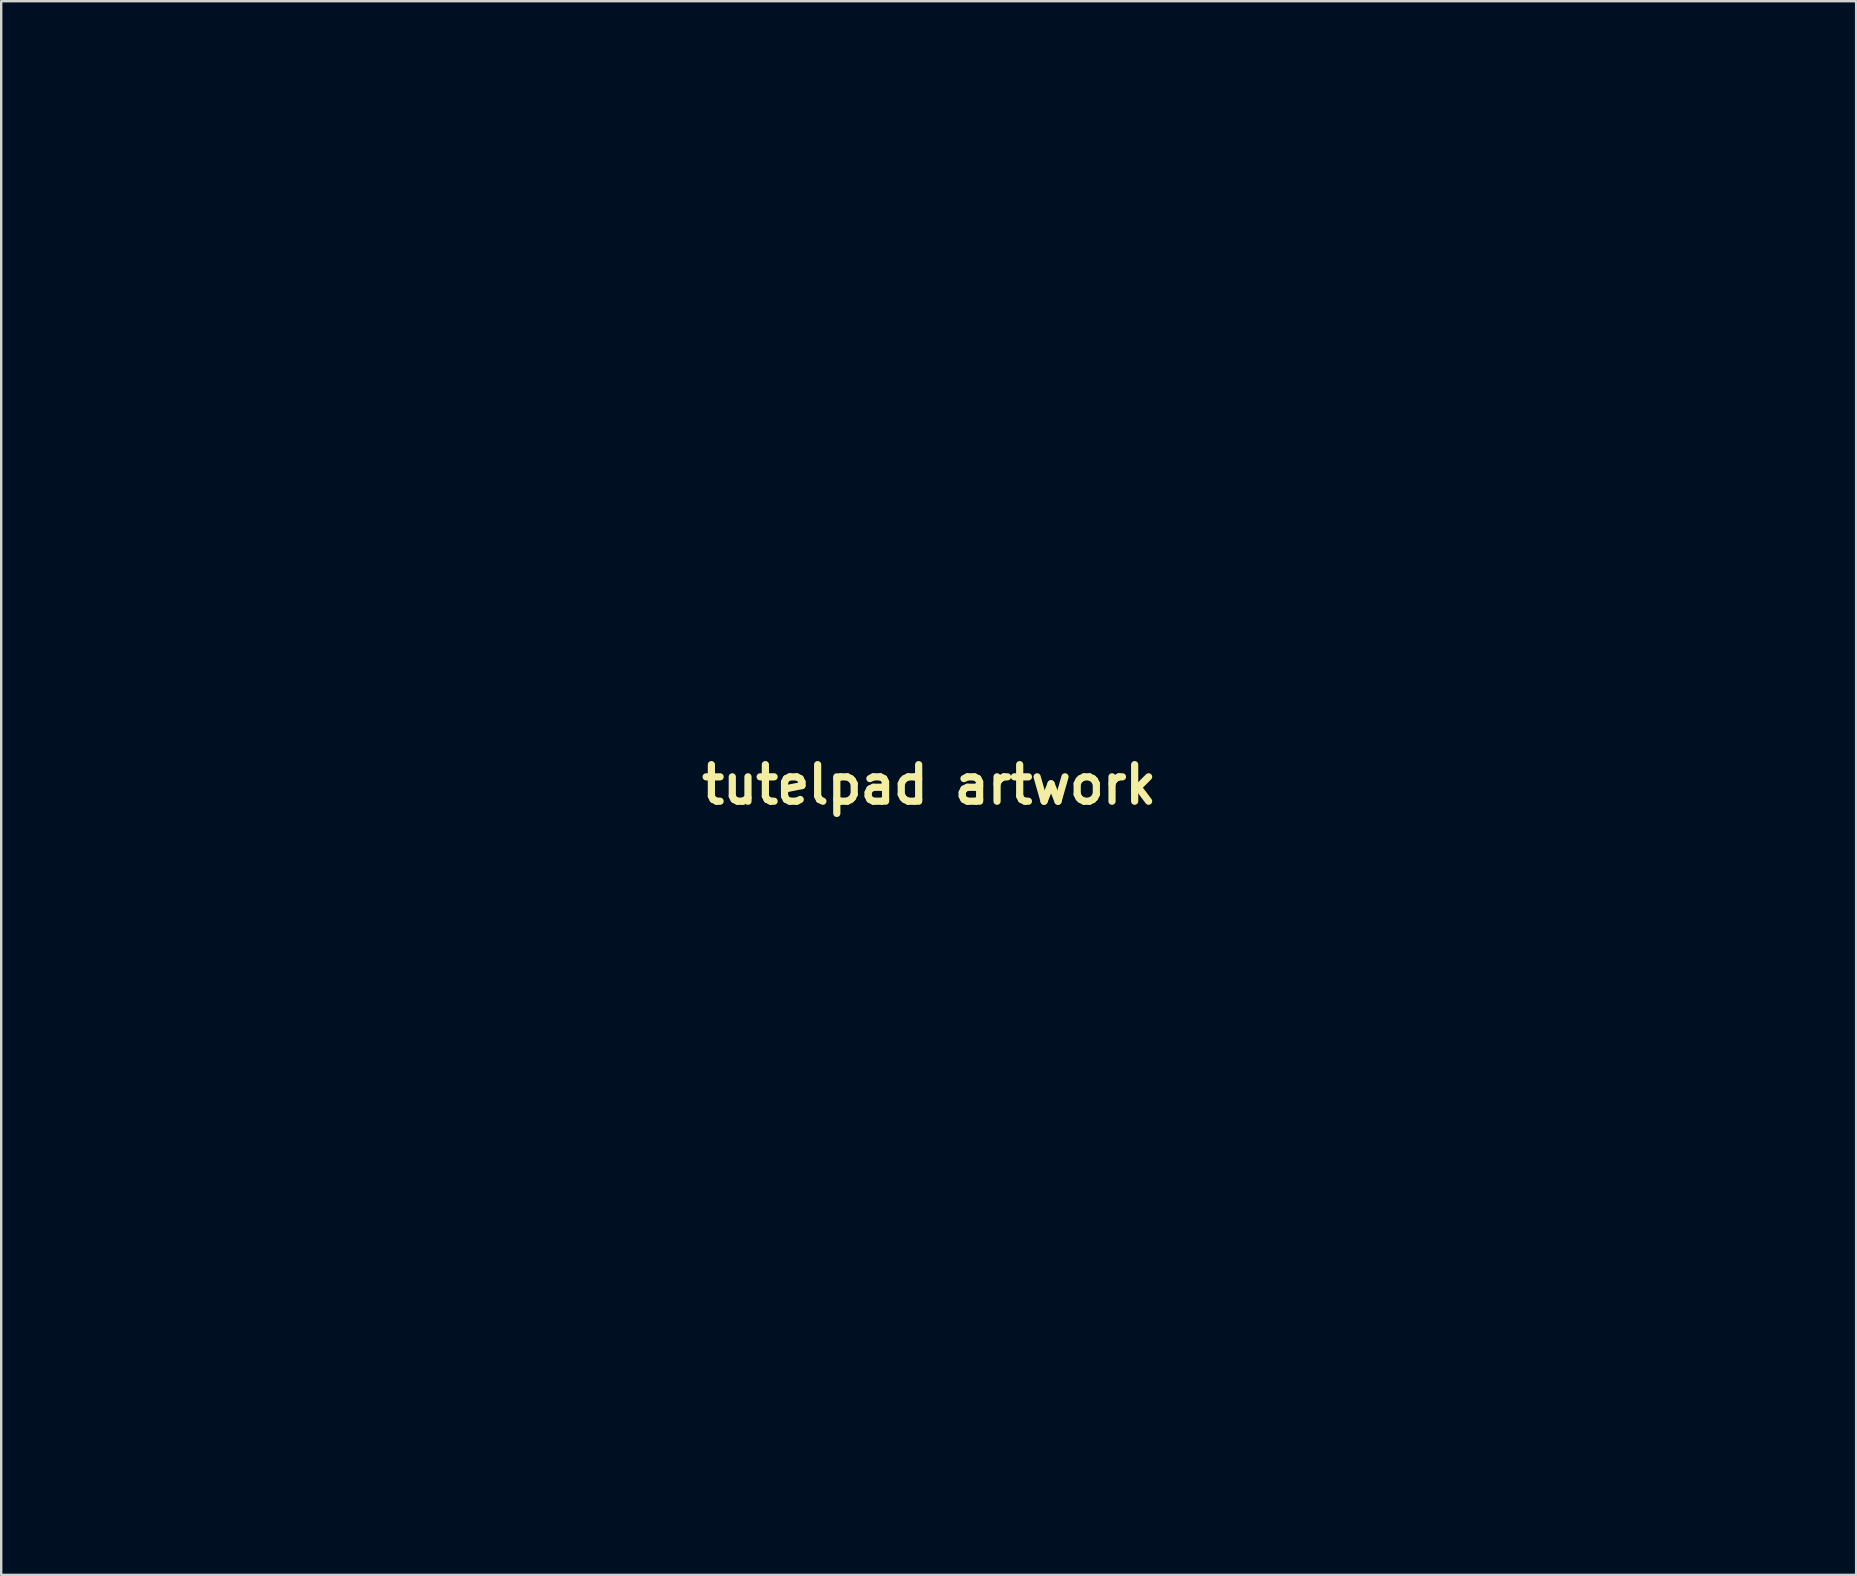
<source format=kicad_pcb>
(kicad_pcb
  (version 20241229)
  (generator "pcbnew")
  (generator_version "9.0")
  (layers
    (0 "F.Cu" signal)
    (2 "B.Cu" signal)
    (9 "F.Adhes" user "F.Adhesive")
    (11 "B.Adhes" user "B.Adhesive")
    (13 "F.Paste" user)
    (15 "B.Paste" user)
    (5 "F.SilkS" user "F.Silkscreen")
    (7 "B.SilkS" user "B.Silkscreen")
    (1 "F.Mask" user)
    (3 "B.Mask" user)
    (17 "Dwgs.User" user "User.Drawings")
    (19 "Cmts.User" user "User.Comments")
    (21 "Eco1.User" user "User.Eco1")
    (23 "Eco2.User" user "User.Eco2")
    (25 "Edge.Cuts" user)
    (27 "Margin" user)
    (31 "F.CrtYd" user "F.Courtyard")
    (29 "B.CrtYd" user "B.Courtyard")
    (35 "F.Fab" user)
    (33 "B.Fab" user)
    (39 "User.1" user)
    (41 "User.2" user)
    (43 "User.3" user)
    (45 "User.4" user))
  (footprint "tutelpad artwork"
    (layer "F.Cu")
    (at 35.66 29.642)
    (property "Reference" "tutelpad artwork" (at 0 0 0) (layer "F.SilkS") (effects (font (size 1.524 1.524) (thickness 0.3))))
    (attr board_only exclude_from_pos_files exclude_from_bom)
    (fp_poly (pts (xy -32.701 -12.938) (xy -32.596 -12.838) (xy -32.412 -12.507) (xy -32.417 -12.279) (xy -32.654 -12.048) (xy -32.995 -12.032) (xy -33.27 -12.227) (xy -33.304 -12.296) (xy -33.282 -12.651) (xy -33.148 -12.855) (xy -32.913 -13.029)) (stroke (width 0) (type solid)) (fill yes) (layer "F.Mask"))
    (fp_poly (pts (xy -29.744 -15.2) (xy -29.639 -15.099) (xy -29.455 -14.768) (xy -29.459 -14.54) (xy -29.697 -14.309) (xy -30.037 -14.293) (xy -30.312 -14.489) (xy -30.346 -14.558) (xy -30.325 -14.912) (xy -30.191 -15.117) (xy -29.956 -15.291)) (stroke (width 0) (type solid)) (fill yes) (layer "F.Mask"))
    (fp_poly (pts (xy -27.858 -13.126) (xy -27.679 -12.752) (xy -27.614 -12.53) (xy -27.536 -11.81) (xy -27.733 -11.166) (xy -28.101 -10.639) (xy -28.544 -10.223) (xy -29.107 -9.85) (xy -29.721 -9.543) (xy -30.317 -9.329) (xy -30.827 -9.231) (xy -31.183 -9.275) (xy -31.315 -9.482) (xy -31.198 -9.713) (xy -31.098 -9.743) (xy -30.4 -9.87) (xy -29.63 -10.201) (xy -28.935 -10.672) (xy -28.867 -10.731) (xy -28.467 -11.123) (xy -28.264 -11.457) (xy -28.191 -11.886) (xy -28.184 -12.3) (xy -28.138 -12.889) (xy -28.021 -13.168)) (stroke (width 0) (type solid)) (fill yes) (layer "F.Mask"))
    (fp_poly (pts (xy 4.697 -29.638) (xy 6.218 -29.606) (xy 7.457 -29.533) (xy 8.479 -29.41) (xy 9.349 -29.226) (xy 10.132 -28.973) (xy 10.721 -28.721) (xy 11.368 -28.379) (xy 11.733 -28.057) (xy 11.819 -27.699) (xy 11.63 -27.249) (xy 11.172 -26.652) (xy 10.894 -26.338) (xy 9.844 -25.363) (xy 8.653 -24.622) (xy 7.269 -24.09) (xy 5.637 -23.744) (xy 5.195 -23.685) (xy 4.36 -23.549) (xy 3.67 -23.333) (xy 2.951 -22.977) (xy 2.662 -22.81) (xy 1.962 -22.435) (xy 1.347 -22.183) (xy 0.929 -22.095) (xy 0.482 -22.008) (xy -0.123 -21.788) (xy -0.751 -21.494) (xy -1.27 -21.186) (xy -1.479 -21.014) (xy -1.409 -20.95) (xy -1.046 -20.911) (xy -0.376 -20.896) (xy 0.615 -20.905) (xy 1.877 -20.935) (xy 5.407 -21.038) (xy 5.561 -20.633) (xy 5.652 -20.446) (xy 5.801 -20.327) (xy 6.079 -20.262) (xy 6.557 -20.234) (xy 7.305 -20.228) (xy 7.388 -20.228) (xy 8.182 -20.22) (xy 8.712 -20.186) (xy 9.061 -20.11) (xy 9.314 -19.974) (xy 9.494 -19.822) (xy 9.779 -19.446) (xy 9.88 -19.089) (xy 9.878 -19.071) (xy 9.918 -18.85) (xy 10.148 -18.646) (xy 10.63 -18.41) (xy 10.873 -18.311) (xy 11.925 -17.884) (xy 12.691 -17.55) (xy 13.214 -17.286) (xy 13.535 -17.068) (xy 13.698 -16.871) (xy 13.743 -16.671) (xy 13.743 -16.668) (xy 13.865 -16.338) (xy 14.243 -15.853) (xy 14.891 -15.194) (xy 15.061 -15.033) (xy 15.652 -14.473) (xy 16.028 -14.083) (xy 16.23 -13.8) (xy 16.301 -13.557) (xy 16.283 -13.292) (xy 16.265 -13.19) (xy 16.224 -12.881) (xy 16.269 -12.637) (xy 16.452 -12.388) (xy 16.821 -12.059) (xy 17.296 -11.68) (xy 17.929 -11.148) (xy 18.299 -10.718) (xy 18.441 -10.31) (xy 18.388 -9.848) (xy 18.261 -9.466) (xy 18.185 -9.188) (xy 18.238 -8.954) (xy 18.47 -8.676) (xy 18.912 -8.281) (xy 19.515 -7.741) (xy 20.173 -7.118) (xy 20.552 -6.741) (xy 21.016 -6.316) (xy 21.433 -6.018) (xy 21.695 -5.915) (xy 22.02 -5.873) (xy 22.57 -5.762) (xy 23.233 -5.605) (xy 23.323 -5.582) (xy 24.117 -5.407) (xy 25.082 -5.237) (xy 26.043 -5.101) (xy 26.295 -5.073) (xy 27.455 -4.905) (xy 28.346 -4.668) (xy 28.82 -4.466) (xy 29.499 -4.196) (xy 30.293 -3.982) (xy 30.709 -3.911) (xy 31.507 -3.784) (xy 32.163 -3.587) (xy 32.763 -3.275) (xy 33.396 -2.798) (xy 34.149 -2.109) (xy 34.3 -1.964) (xy 34.999 -1.252) (xy 35.436 -0.706) (xy 35.623 -0.279) (xy 35.57 0.078) (xy 35.289 0.414) (xy 34.915 0.696) (xy 34.396 1.149) (xy 33.944 1.706) (xy 33.866 1.834) (xy 33.48 2.523) (xy 31.571 2.61) (xy 30.712 2.656) (xy 30.116 2.713) (xy 29.702 2.801) (xy 29.385 2.937) (xy 29.082 3.141) (xy 29.037 3.175) (xy 28.53 3.509) (xy 28.097 3.633) (xy 27.669 3.528) (xy 27.18 3.177) (xy 26.561 2.562) (xy 26.519 2.517) (xy 25.92 1.917) (xy 25.476 1.564) (xy 25.21 1.476) (xy 25.203 1.478) (xy 24.942 1.437) (xy 24.488 1.236) (xy 23.932 0.919) (xy 23.849 0.866) (xy 23.313 0.537) (xy 22.898 0.313) (xy 22.679 0.235) (xy 22.667 0.24) (xy 22.662 0.438) (xy 22.726 0.882) (xy 22.846 1.48) (xy 22.861 1.544) (xy 23.056 2.626) (xy 23.117 3.525) (xy 23.049 4.207) (xy 22.857 4.642) (xy 22.547 4.796) (xy 22.342 4.755) (xy 22.191 4.744) (xy 22.138 4.915) (xy 22.168 5.336) (xy 22.193 5.532) (xy 22.31 6.41) (xy 21.425 6.859) (xy 20.443 7.221) (xy 19.621 7.308) (xy 18.61 7.371) (xy 17.836 7.582) (xy 17.208 7.979) (xy 16.754 8.445) (xy 16.106 9.221) (xy 12.961 9.235) (xy 13.716 9.918) (xy 14.173 10.305) (xy 14.513 10.495) (xy 14.865 10.536) (xy 15.195 10.503) (xy 15.561 10.471) (xy 15.867 10.515) (xy 16.198 10.676) (xy 16.642 10.991) (xy 17.136 11.382) (xy 17.893 11.935) (xy 18.593 12.348) (xy 19.099 12.552) (xy 19.66 12.763) (xy 19.997 13.086) (xy 20.145 13.592) (xy 20.142 14.347) (xy 20.129 14.506) (xy 20.106 15.275) (xy 20.219 15.938) (xy 20.502 16.607) (xy 20.991 17.397) (xy 21.053 17.487) (xy 21.514 18.268) (xy 21.699 18.908) (xy 21.613 19.472) (xy 21.259 20.028) (xy 21.22 20.072) (xy 20.657 20.713) (xy 20.877 21.749) (xy 20.991 22.367) (xy 21.004 22.75) (xy 20.917 22.997) (xy 20.869 23.06) (xy 20.294 23.512) (xy 19.503 23.813) (xy 18.602 23.942) (xy 17.697 23.88) (xy 17.232 23.755) (xy 16.393 23.566) (xy 15.483 23.587) (xy 15.033 23.63) (xy 14.686 23.618) (xy 14.354 23.52) (xy 13.95 23.305) (xy 13.387 22.939) (xy 13.039 22.704) (xy 12.131 22.073) (xy 11.42 21.52) (xy 10.822 20.965) (xy 10.253 20.325) (xy 9.629 19.518) (xy 9.225 18.963) (xy 8.41 17.928) (xy 7.405 16.805) (xy 6.306 15.702) (xy 6.115 15.523) (xy 5.284 14.732) (xy 4.669 14.098) (xy 4.218 13.559) (xy 3.876 13.05) (xy 3.637 12.605) (xy 3.08 11.476) (xy 2.638 11.766) (xy 2.254 11.924) (xy 1.617 12.049) (xy 0.689 12.148) (xy 0.165 12.186) (xy -0.757 12.253) (xy -1.427 12.333) (xy -1.942 12.447) (xy -2.399 12.614) (xy -2.89 12.855) (xy -3.54 13.16) (xy -4.136 13.331) (xy -4.775 13.374) (xy -5.555 13.298) (xy -6.518 13.12) (xy -7.192 12.986) (xy -7.61 12.93) (xy -7.853 12.953) (xy -8.006 13.059) (xy -8.089 13.163) (xy -8.302 13.348) (xy -8.658 13.445) (xy -9.246 13.474) (xy -9.424 13.474) (xy -9.983 13.449) (xy -10.472 13.365) (xy -10.994 13.188) (xy -11.654 12.887) (xy -12.131 12.648) (xy -12.824 12.306) (xy -13.417 12.034) (xy -13.832 11.867) (xy -13.974 11.83) (xy -14.261 11.949) (xy -14.527 12.178) (xy -14.86 12.449) (xy -15.225 12.514) (xy -15.667 12.356) (xy -16.232 11.959) (xy -16.965 11.306) (xy -16.985 11.287) (xy -17.58 10.731) (xy -17.996 10.377) (xy -18.303 10.185) (xy -18.571 10.115) (xy -18.871 10.126) (xy -18.987 10.141) (xy -19.487 10.163) (xy -19.873 10.026) (xy -20.261 9.725) (xy -20.841 9.216) (xy -20.969 11.425) (xy -21.019 12.873) (xy -21.014 14.428) (xy -20.96 15.983) (xy -20.859 17.432) (xy -20.717 18.667) (xy -20.675 18.929) (xy -20.512 19.592) (xy -20.216 20.393) (xy -19.765 21.385) (xy -19.248 22.409) (xy -18.006 24.791) (xy -18.006 26.966) (xy -18.032 28.162) (xy -18.113 29.034) (xy -18.254 29.601) (xy -18.456 29.883) (xy -18.6 29.923) (xy -18.777 29.806) (xy -19.131 29.49) (xy -19.601 29.032) (xy -19.879 28.749) (xy -21.258 27.276) (xy -22.395 25.957) (xy -23.326 24.735) (xy -24.088 23.557) (xy -24.717 22.367) (xy -25.251 21.111) (xy -25.567 20.222) (xy -25.847 19.343) (xy -26.074 18.515) (xy -26.254 17.689) (xy -26.393 16.815) (xy -26.494 15.845) (xy -26.563 14.729) (xy -26.604 13.42) (xy -26.624 11.867) (xy -26.624 11.523) (xy -26.001 11.523) (xy -25.996 12.922) (xy -25.983 14.057) (xy -25.962 14.971) (xy -25.93 15.706) (xy -25.886 16.302) (xy -25.828 16.804) (xy -25.755 17.253) (xy -25.692 17.563) (xy -25.121 19.719) (xy -24.383 21.693) (xy -23.501 23.431) (xy -22.74 24.571) (xy -22.32 25.104) (xy -21.791 25.745) (xy -21.198 26.443) (xy -20.585 27.148) (xy -19.996 27.809) (xy -19.476 28.376) (xy -19.07 28.799) (xy -18.823 29.028) (xy -18.775 29.053) (xy -18.703 28.893) (xy -18.624 28.467) (xy -18.551 27.854) (xy -18.53 27.618) (xy -18.486 26.687) (xy -18.535 25.873) (xy -18.698 25.089) (xy -18.999 24.247) (xy -19.461 23.259) (xy -19.833 22.544) (xy -20.272 21.701) (xy -20.625 20.959) (xy -20.902 20.267) (xy -21.112 19.572) (xy -21.264 18.82) (xy -21.368 17.958) (xy -21.433 16.934) (xy -21.47 15.695) (xy -21.486 14.187) (xy -21.49 13.309) (xy -21.507 8.438) (xy -22.229 6.959) (xy -22.83 5.6) (xy -23.22 4.384) (xy -23.239 4.276) (xy -22.616 4.276) (xy -22.522 4.811) (xy -22.265 5.546) (xy -21.885 6.394) (xy -21.422 7.271) (xy -20.915 8.092) (xy -20.694 8.405) (xy -20.252 8.986) (xy -19.939 9.334) (xy -19.686 9.503) (xy -19.427 9.545) (xy -19.267 9.536) (xy -18.962 9.484) (xy -18.897 9.438) (xy -18.167 9.438) (xy -16.829 10.721) (xy -16.268 11.246) (xy -15.797 11.667) (xy -15.471 11.932) (xy -15.357 11.999) (xy -15.146 11.89) (xy -14.815 11.633) (xy -14.783 11.605) (xy -14.489 11.221) (xy -13.72 11.221) (xy -12.21 11.99) (xy -11.481 12.34) (xy -10.798 12.632) (xy -10.264 12.822) (xy -10.09 12.865) (xy -9.466 12.921) (xy -8.903 12.882) (xy -8.515 12.762) (xy -8.426 12.682) (xy -8.422 12.455) (xy -8.488 11.975) (xy -8.612 11.33) (xy -8.684 11.006) (xy -8.857 10.23) (xy -9.01 9.502) (xy -9.116 8.948) (xy -9.136 8.829) (xy -9.164 8.648) (xy -8.514 8.648) (xy -8.475 9.116) (xy -8.384 9.74) (xy -8.255 10.429) (xy -8.104 11.092) (xy -7.965 11.578) (xy -7.831 11.936) (xy -7.66 12.165) (xy -7.365 12.324) (xy -6.859 12.471) (xy -6.524 12.553) (xy -5.602 12.752) (xy -4.907 12.835) (xy -4.337 12.795) (xy -3.791 12.63) (xy -3.342 12.425) (xy -2.441 11.976) (xy -2.728 11.425) (xy -2.956 10.894) (xy -3.169 10.259) (xy -3.212 10.099) (xy -3.337 9.614) (xy -2.745 9.614) (xy -2.715 9.783) (xy -2.577 10.272) (xy -2.36 10.859) (xy -2.292 11.019) (xy -1.972 11.743) (xy -0.073 11.644) (xy 0.739 11.587) (xy 1.447 11.509) (xy 1.964 11.421) (xy 2.175 11.355) (xy 2.203 11.335) (xy 3.828 11.335) (xy 3.976 12.022) (xy 4.395 12.833) (xy 5.053 13.722) (xy 5.917 14.646) (xy 6.912 15.526) (xy 7.595 16.154) (xy 8.379 17.001) (xy 9.193 17.986) (xy 9.499 18.386) (xy 10.451 19.599) (xy 11.32 20.569) (xy 12.181 21.366) (xy 13.104 22.058) (xy 13.771 22.484) (xy 14.37 22.829) (xy 14.81 23.013) (xy 15.217 23.073) (xy 15.718 23.044) (xy 15.73 23.042) (xy 16.726 23.059) (xy 17.397 23.207) (xy 17.898 23.37) (xy 18.213 23.445) (xy 18.488 23.439) (xy 18.872 23.359) (xy 19.134 23.298) (xy 19.855 23.075) (xy 20.263 22.79) (xy 20.396 22.405) (xy 20.339 22.039) (xy 20.181 21.176) (xy 20.278 20.474) (xy 20.644 19.844) (xy 20.73 19.741) (xy 20.964 19.474) (xy 21.107 19.255) (xy 21.147 19.025) (xy 21.067 18.722) (xy 20.856 18.288) (xy 20.499 17.66) (xy 20.088 16.962) (xy 19.769 16.391) (xy 19.59 15.946) (xy 19.517 15.482) (xy 19.515 14.858) (xy 19.523 14.614) (xy 19.572 13.31) (xy 18.775 13.049) (xy 18.251 12.81) (xy 17.596 12.418) (xy 16.935 11.951) (xy 16.831 11.869) (xy 16.254 11.42) (xy 15.854 11.156) (xy 15.54 11.04) (xy 15.224 11.031) (xy 14.994 11.062) (xy 14.638 11.102) (xy 14.35 11.058) (xy 14.043 10.888) (xy 13.632 10.55) (xy 13.243 10.197) (xy 12.687 9.704) (xy 12.283 9.411) (xy 11.938 9.267) (xy 11.561 9.222) (xy 11.44 9.221) (xy 11.013 9.247) (xy 10.687 9.366) (xy 10.356 9.641) (xy 9.95 10.09) (xy 9.531 10.537) (xy 9.168 10.85) (xy 8.952 10.96) (xy 8.694 10.886) (xy 8.211 10.689) (xy 7.585 10.402) (xy 7.249 10.239) (xy 6.42 9.855) (xy 5.803 9.658) (xy 5.319 9.649) (xy 4.887 9.827) (xy 4.426 10.194) (xy 4.37 10.245) (xy 3.968 10.732) (xy 3.83 11.245) (xy 3.828 11.335) (xy 2.203 11.335) (xy 2.514 11.108) (xy 2.93 10.728) (xy 3.045 10.61) (xy 3.802 9.911) (xy 4.567 9.392) (xy 5.265 9.097) (xy 5.619 9.047) (xy 6.082 9.128) (xy 6.728 9.345) (xy 7.437 9.657) (xy 7.469 9.673) (xy 8.059 9.955) (xy 8.522 10.15) (xy 8.777 10.226) (xy 8.8 10.221) (xy 8.849 10.022) (xy 8.884 9.757) (xy 9.45 9.757) (xy 9.996 9.228) (xy 10.542 8.699) (xy 13.1 8.699) (xy 14.134 8.692) (xy 14.864 8.67) (xy 15.332 8.628) (xy 15.583 8.562) (xy 15.658 8.47) (xy 15.658 8.468) (xy 15.602 8.193) (xy 15.458 7.695) (xy 15.261 7.077) (xy 15.043 6.442) (xy 14.84 5.891) (xy 14.685 5.529) (xy 14.668 5.497) (xy 14.539 5.36) (xy 14.317 5.365) (xy 13.91 5.523) (xy 13.742 5.599) (xy 13.232 5.823) (xy 12.515 6.122) (xy 11.711 6.448) (xy 11.308 6.606) (xy 10.623 6.894) (xy 10.085 7.156) (xy 9.761 7.36) (xy 9.697 7.448) (xy 9.697 7.716) (xy 9.655 8.209) (xy 9.595 8.701) (xy 9.45 9.757) (xy 8.884 9.757) (xy 8.91 9.563) (xy 8.972 8.931) (xy 8.99 8.704) (xy 9.04 8.002) (xy 9.047 7.583) (xy 9.001 7.383) (xy 8.892 7.337) (xy 8.769 7.364) (xy 8.43 7.426) (xy 7.805 7.504) (xy 6.955 7.593) (xy 5.941 7.687) (xy 4.824 7.781) (xy 3.665 7.868) (xy 2.784 7.927) (xy 1.797 8.01) (xy 1.034 8.131) (xy 0.372 8.317) (xy -0.188 8.538) (xy -0.889 8.812) (xy -1.585 9.036) (xy -2.075 9.152) (xy -2.534 9.242) (xy -2.731 9.369) (xy -2.745 9.614) (xy -3.337 9.614) (xy -3.411 9.324) (xy -4.908 9.108) (xy -5.751 8.968) (xy -6.604 8.798) (xy -7.304 8.629) (xy -7.391 8.605) (xy -7.935 8.469) (xy -8.337 8.409) (xy -8.485 8.427) (xy -8.514 8.648) (xy -9.164 8.648) (xy -9.236 8.177) (xy -11.055 8.177) (xy -11.871 8.182) (xy -12.4 8.205) (xy -12.703 8.257) (xy -12.84 8.347) (xy -12.874 8.488) (xy -12.874 8.495) (xy -12.93 8.81) (xy -13.076 9.341) (xy -13.282 9.975) (xy -13.297 10.017) (xy -13.72 11.221) (xy -14.489 11.221) (xy -14.475 11.203) (xy -14.14 10.554) (xy -13.821 9.755) (xy -13.558 8.902) (xy -13.498 8.653) (xy -13.47 8.287) (xy -13.663 8.079) (xy -13.87 7.988) (xy -14.242 7.829) (xy -14.824 7.563) (xy -15.513 7.237) (xy -15.806 7.095) (xy -16.519 6.752) (xy -16.997 6.577) (xy -17.306 6.605) (xy -17.513 6.868) (xy -17.683 7.401) (xy -17.864 8.155) (xy -18.167 9.438) (xy -18.897 9.438) (xy -18.773 9.35) (xy -18.644 9.05) (xy -18.518 8.502) (xy -18.499 8.408) (xy -18.335 7.707) (xy -18.14 7.038) (xy -18.012 6.685) (xy -17.853 6.273) (xy -17.783 6.03) (xy -17.786 6.006) (xy -17.949 5.906) (xy -18.307 5.69) (xy -18.494 5.577) (xy -18.965 5.212) (xy -19.418 4.758) (xy -18.702 4.758) (xy -16.986 5.795) (xy -15.768 6.497) (xy -14.727 7.003) (xy -13.774 7.343) (xy -12.819 7.545) (xy -11.772 7.637) (xy -11.071 7.651) (xy -9.181 7.655) (xy -9.287 7.089) (xy -9.503 5.299) (xy -9.489 4.446) (xy -8.909 4.446) (xy -8.898 5.498) (xy -8.825 6.386) (xy -8.688 7.022) (xy -8.684 7.031) (xy -8.526 7.404) (xy -8.323 7.645) (xy -7.982 7.823) (xy -7.409 8.006) (xy -7.307 8.035) (xy -5.608 8.45) (xy -4.131 8.654) (xy -2.823 8.65) (xy -1.631 8.44) (xy -1.095 8.27) (xy -0.292 7.944) (xy 0.23 7.61) (xy 0.53 7.185) (xy 0.665 6.59) (xy 0.691 5.92) (xy 1.218 5.92) (xy 1.225 6.608) (xy 1.246 7.141) (xy 1.275 7.442) (xy 1.291 7.481) (xy 1.479 7.468) (xy 1.959 7.431) (xy 2.676 7.374) (xy 3.575 7.303) (xy 4.6 7.221) (xy 4.64 7.217) (xy 5.991 7.106) (xy 7.036 7.013) (xy 7.814 6.93) (xy 8.367 6.853) (xy 8.734 6.774) (xy 8.957 6.687) (xy 9.075 6.586) (xy 9.113 6.514) (xy 9.133 6.226) (xy 9.094 5.714) (xy 9.014 5.096) (xy 8.907 4.489) (xy 8.788 4.009) (xy 8.788 4.009) (xy 8.571 3.8) (xy 8.1 3.567) (xy 7.921 3.503) (xy 9.193 3.503) (xy 9.302 3.873) (xy 9.335 3.954) (xy 9.488 4.453) (xy 9.622 5.119) (xy 9.682 5.557) (xy 9.79 6.588) (xy 10.766 6.23) (xy 11.423 5.973) (xy 12.227 5.639) (xy 13.009 5.296) (xy 13.048 5.278) (xy 13.705 4.958) (xy 15.11 4.958) (xy 15.667 6.477) (xy 16.224 7.996) (xy 16.729 7.571) (xy 17.261 7.226) (xy 17.855 6.974) (xy 17.881 6.967) (xy 18.465 6.855) (xy 19.158 6.789) (xy 19.398 6.782) (xy 20.089 6.716) (xy 20.74 6.548) (xy 21.273 6.312) (xy 21.611 6.042) (xy 21.68 5.787) (xy 21.57 5.383) (xy 21.476 5.006) (xy 21.304 4.681) (xy 20.93 4.194) (xy 20.412 3.615) (xy 20.044 3.242) (xy 18.725 1.953) (xy 17.571 2.933) (xy 16.945 3.461) (xy 16.33 3.974) (xy 15.84 4.375) (xy 15.764 4.436) (xy 15.11 4.958) (xy 13.705 4.958) (xy 13.769 4.927) (xy 14.486 4.537) (xy 15.133 4.15) (xy 15.643 3.807) (xy 15.948 3.55) (xy 16.005 3.451) (xy 15.877 3.306) (xy 15.534 2.999) (xy 15.036 2.582) (xy 14.447 2.103) (xy 13.828 1.612) (xy 13.24 1.16) (xy 12.745 0.795) (xy 12.483 0.615) (xy 12.121 0.42) (xy 11.854 0.43) (xy 11.598 0.574) (xy 11.123 0.958) (xy 10.55 1.524) (xy 9.977 2.169) (xy 9.504 2.786) (xy 9.253 3.197) (xy 9.193 3.503) (xy 7.921 3.503) (xy 7.462 3.338) (xy 6.748 3.142) (xy 6.045 3.005) (xy 5.467 2.957) (xy 4.885 3.026) (xy 4.103 3.211) (xy 3.236 3.476) (xy 2.396 3.787) (xy 1.773 4.071) (xy 1.218 4.358) (xy 1.218 5.92) (xy 0.691 5.92) (xy 0.696 5.793) (xy 0.686 5.115) (xy 0.637 4.683) (xy 0.518 4.393) (xy 0.299 4.145) (xy 0.172 4.029) (xy -0.595 3.44) (xy -1.494 2.884) (xy -2.407 2.426) (xy -3.216 2.13) (xy -3.383 2.09) (xy -3.916 1.922) (xy -4.656 1.613) (xy -4.815 1.537) (xy -2.609 1.537) (xy -2.466 1.668) (xy -2.09 1.904) (xy -1.559 2.195) (xy -1.516 2.218) (xy -0.853 2.591) (xy -0.223 2.996) (xy 0.18 3.298) (xy 0.56 3.608) (xy 0.823 3.796) (xy 0.877 3.82) (xy 1.075 3.752) (xy 1.465 3.572) (xy 1.659 3.474) (xy 2.248 3.212) (xy 2.954 2.95) (xy 3.279 2.847) (xy 4.21 2.575) (xy 3.627 2.224) (xy 3.202 1.949) (xy 2.616 1.544) (xy 2.392 1.384) (xy 3.389 1.384) (xy 3.62 1.564) (xy 4.009 1.786) (xy 4.469 2.007) (xy 4.919 2.183) (xy 5.274 2.272) (xy 5.321 2.276) (xy 5.764 2.333) (xy 6.381 2.469) (xy 6.872 2.603) (xy 7.646 2.822) (xy 8.178 2.911) (xy 8.558 2.853) (xy 8.872 2.628) (xy 9.211 2.218) (xy 9.304 2.093) (xy 9.812 1.469) (xy 10.404 0.838) (xy 10.712 0.547) (xy 11.131 0.168) (xy 11.315 -0.049) (xy 11.292 -0.164) (xy 11.256 -0.177) (xy 12.372 -0.177) (xy 13.112 0.332) (xy 13.59 0.681) (xy 14.22 1.17) (xy 14.891 1.711) (xy 15.119 1.9) (xy 15.688 2.359) (xy 16.17 2.717) (xy 16.495 2.925) (xy 16.581 2.958) (xy 16.793 2.843) (xy 17.169 2.54) (xy 17.634 2.111) (xy 17.696 2.05) (xy 18.615 1.143) (xy 18.612 -0.342) (xy 18.611 -0.407) (xy 19.214 -0.407) (xy 19.216 -0.201) (xy 19.234 1.511) (xy 20.116 2.501) (xy 20.686 3.074) (xy 21.276 3.559) (xy 21.821 3.912) (xy 22.252 4.088) (xy 22.468 4.072) (xy 22.585 3.845) (xy 22.616 3.583) (xy 22.582 3.241) (xy 22.488 2.66) (xy 22.353 1.938) (xy 22.277 1.562) (xy 22.138 0.848) (xy 22.044 0.266) (xy 22.007 -0.104) (xy 22.016 -0.188) (xy 21.953 -0.386) (xy 21.653 -0.683) (xy 21.194 -1.03) (xy 20.652 -1.376) (xy 20.106 -1.67) (xy 19.632 -1.863) (xy 19.384 -1.91) (xy 19.288 -1.741) (xy 19.231 -1.237) (xy 19.214 -0.407) (xy 18.611 -0.407) (xy 18.597 -1.042) (xy 18.558 -1.616) (xy 18.503 -1.968) (xy 18.482 -2.021) (xy 18.284 -2.097) (xy 17.818 -2.203) (xy 17.158 -2.326) (xy 16.384 -2.454) (xy 15.569 -2.576) (xy 14.792 -2.68) (xy 14.128 -2.753) (xy 13.655 -2.784) (xy 13.617 -2.784) (xy 13.329 -2.616) (xy 13.026 -2.137) (xy 12.728 -1.382) (xy 12.638 -1.089) (xy 12.372 -0.177) (xy 11.256 -0.177) (xy 11.093 -0.238) (xy 11.092 -0.238) (xy 10.739 -0.287) (xy 10.15 -0.323) (xy 9.433 -0.341) (xy 9.221 -0.342) (xy 8.468 -0.331) (xy 7.952 -0.281) (xy 7.562 -0.166) (xy 7.186 0.039) (xy 6.99 0.168) (xy 6.256 0.548) (xy 5.307 0.865) (xy 4.902 0.962) (xy 4.248 1.102) (xy 3.723 1.215) (xy 3.422 1.282) (xy 3.397 1.288) (xy 3.389 1.384) (xy 2.392 1.384) (xy 1.986 1.092) (xy 1.9 1.029) (xy 0.755 0.185) (xy -0.188 0.532) (xy -0.876 0.785) (xy -1.57 1.04) (xy -1.87 1.15) (xy -2.312 1.335) (xy -2.576 1.49) (xy -2.609 1.537) (xy -4.815 1.537) (xy -5.512 1.202) (xy -6.28 0.794) (xy -8.264 -0.312) (xy -8.58 1.192) (xy -8.748 2.205) (xy -8.859 3.319) (xy -8.909 4.446) (xy -9.489 4.446) (xy -9.473 3.461) (xy -9.236 1.685) (xy -9.1 0.873) (xy -9.005 0.183) (xy -8.958 -0.311) (xy -8.968 -0.536) (xy -9.188 -0.72) (xy -9.602 -0.959) (xy -8.001 -0.959) (xy -7.856 -0.816) (xy -7.472 -0.553) (xy -6.916 -0.209) (xy -6.258 0.178) (xy -5.565 0.567) (xy -4.908 0.921) (xy -4.355 1.199) (xy -3.975 1.363) (xy -3.862 1.39) (xy -3.565 1.315) (xy -3.137 1.128) (xy -3.079 1.098) (xy -2.659 0.903) (xy -2.025 0.642) (xy -1.292 0.36) (xy -1.044 0.269) (xy 0.435 -0.267) (xy 0.489 -1.482) (xy 0.514 -2.502) (xy 0.463 -3.271) (xy 0.336 -3.763) (xy 1.044 -3.763) (xy 1.051 -2.012) (xy 1.058 -0.261) (xy 1.79 0.294) (xy 2.235 0.61) (xy 2.58 0.816) (xy 2.697 0.86) (xy 2.93 0.825) (xy 3.421 0.723) (xy 4.087 0.573) (xy 4.581 0.455) (xy 5.321 0.263) (xy 5.938 0.08) (xy 6.351 -0.071) (xy 6.47 -0.138) (xy 6.53 -0.414) (xy 6.445 -0.9) (xy 6.246 -1.503) (xy 5.963 -2.129) (xy 5.674 -2.618) (xy 5.492 -2.87) (xy 5.305 -3.049) (xy 5.048 -3.176) (xy 4.65 -3.276) (xy 4.044 -3.373) (xy 3.439 -3.453) (xy 5.92 -3.453) (xy 6.57 -2.086) (xy 6.891 -1.428) (xy 7.12 -1.032) (xy 7.305 -0.841) (xy 7.494 -0.798) (xy 7.655 -0.827) (xy 8.145 -0.894) (xy 8.833 -0.924) (xy 9.607 -0.918) (xy 10.356 -0.88) (xy 10.969 -0.813) (xy 11.308 -0.73) (xy 11.717 -0.575) (xy 11.925 -0.614) (xy 12.035 -0.908) (xy 12.087 -1.171) (xy 12.251 -1.778) (xy 12.492 -2.405) (xy 12.525 -2.475) (xy 12.842 -3.13) (xy 12.05 -3.827) (xy 11.493 -4.256) (xy 10.797 -4.702) (xy 10.051 -5.12) (xy 9.343 -5.463) (xy 8.76 -5.684) (xy 8.452 -5.741) (xy 8.121 -5.604) (xy 7.623 -5.212) (xy 6.998 -4.597) (xy 5.92 -3.453) (xy 3.439 -3.453) (xy 3.162 -3.49) (xy 3.154 -3.491) (xy 1.044 -3.763) (xy 0.336 -3.763) (xy 0.305 -3.881) (xy 0.013 -4.428) (xy -0.444 -5.002) (xy -0.719 -5.303) (xy -1.763 -6.419) (xy -2.581 -5.916) (xy -3.192 -5.602) (xy -3.884 -5.338) (xy -4.552 -5.155) (xy -5.089 -5.084) (xy -5.323 -5.114) (xy -5.525 -5.018) (xy -5.807 -4.655) (xy -6.01 -4.303) (xy -6.353 -3.692) (xy -6.798 -2.957) (xy -7.24 -2.271) (xy -7.601 -1.712) (xy -7.869 -1.256) (xy -7.996 -0.985) (xy -8.001 -0.959) (xy -9.602 -0.959) (xy -9.686 -1.007) (xy -10.474 -1.401) (xy -11.562 -1.908) (xy -12.961 -2.533) (xy -13.353 -2.705) (xy -15.832 -3.79) (xy -16.296 -3.243) (xy -16.909 -2.346) (xy -17.474 -1.19) (xy -17.962 0.134) (xy -18.342 1.538) (xy -18.583 2.932) (xy -18.644 3.64) (xy -18.702 4.758) (xy -19.418 4.758) (xy -19.487 4.688) (xy -19.819 4.286) (xy -20.227 3.761) (xy -20.606 3.313) (xy -20.825 3.087) (xy -21.045 2.92) (xy -21.248 2.903) (xy -21.541 3.057) (xy -21.892 3.305) (xy -22.383 3.728) (xy -22.596 4.106) (xy -22.616 4.276) (xy -23.239 4.276) (xy -23.424 3.201) (xy -23.427 3.088) (xy -22.941 3.088) (xy -22.906 3.302) (xy -22.898 3.305) (xy -22.712 3.208) (xy -22.347 2.959) (xy -22.053 2.74) (xy -21.312 2.175) (xy -21.531 1.305) (xy -21.86 -0.476) (xy -21.96 -2.255) (xy -21.937 -2.569) (xy -21.32 -2.569) (xy -21.309 -1.414) (xy -21.237 -0.295) (xy -21.103 0.692) (xy -20.989 1.198) (xy -20.778 1.776) (xy -20.475 2.387) (xy -20.127 2.959) (xy -19.782 3.421) (xy -19.488 3.701) (xy -19.307 3.738) (xy -19.232 3.54) (xy -19.151 3.092) (xy -19.079 2.487) (xy -19.077 2.467) (xy -18.932 1.54) (xy -18.673 0.456) (xy -18.342 -0.639) (xy -17.979 -1.601) (xy -17.808 -1.971) (xy -17.546 -2.429) (xy -17.176 -3.006) (xy -16.929 -3.366) (xy -16.62 -3.821) (xy -16.424 -4.148) (xy -16.385 -4.262) (xy -16.435 -4.293) (xy -15.571 -4.293) (xy -12.632 -3.013) (xy -11.662 -2.583) (xy -10.775 -2.175) (xy -10.033 -1.82) (xy -9.496 -1.546) (xy -9.239 -1.394) (xy -8.795 -1.107) (xy -8.566 -1.075) (xy -8.525 -1.191) (xy -8.436 -1.399) (xy -8.202 -1.813) (xy -7.871 -2.349) (xy -7.814 -2.437) (xy -7.372 -3.138) (xy -6.924 -3.875) (xy -6.602 -4.426) (xy -6.1 -5.315) (xy -7.477 -7.161) (xy -8.177 -8.087) (xy -8.725 -8.765) (xy -9.17 -9.23) (xy -9.56 -9.516) (xy -9.944 -9.66) (xy -10.372 -9.696) (xy -10.893 -9.66) (xy -10.94 -9.655) (xy -12.1 -9.489) (xy -12.975 -9.26) (xy -13.627 -8.942) (xy -14.116 -8.512) (xy -14.265 -8.324) (xy -14.743 -7.533) (xy -15.151 -6.618) (xy -15.437 -5.712) (xy -15.55 -4.974) (xy -15.571 -4.293) (xy -16.435 -4.293) (xy -16.548 -4.364) (xy -16.954 -4.605) (xy -17.545 -4.953) (xy -18.262 -5.371) (xy -18.391 -5.445) (xy -19.281 -5.946) (xy -19.91 -6.261) (xy -20.306 -6.402) (xy -20.493 -6.382) (xy -20.497 -6.376) (xy -20.645 -6.107) (xy -20.852 -5.636) (xy -20.983 -5.306) (xy -21.157 -4.61) (xy -21.269 -3.666) (xy -21.32 -2.569) (xy -21.937 -2.569) (xy -21.835 -3.953) (xy -21.487 -5.489) (xy -21.309 -5.983) (xy -20.898 -7.007) (xy -21.279 -7.325) (xy -21.493 -7.504) (xy -21.66 -7.614) (xy -21.792 -7.622) (xy -21.899 -7.493) (xy -21.991 -7.191) (xy -22.08 -6.682) (xy -22.175 -5.932) (xy -22.287 -4.906) (xy -22.428 -3.569) (xy -22.428 -3.566) (xy -22.589 -1.977) (xy -22.722 -0.538) (xy -22.826 0.72) (xy -22.899 1.766) (xy -22.938 2.566) (xy -22.941 3.088) (xy -23.427 3.088) (xy -23.467 1.941) (xy -23.459 1.695) (xy -23.399 0.134) (xy -24.24 1.068) (xy -24.748 1.671) (xy -25.229 2.308) (xy -25.537 2.772) (xy -25.992 3.543) (xy -26.001 9.818) (xy -26.001 11.523) (xy -26.624 11.523) (xy -26.626 10.022) (xy -26.625 9.743) (xy -26.616 8.343) (xy -26.599 7.028) (xy -26.575 5.846) (xy -26.546 4.844) (xy -26.512 4.069) (xy -26.476 3.57) (xy -26.456 3.432) (xy -26.32 3.007) (xy -26.084 2.546) (xy -25.713 1.999) (xy -25.172 1.314) (xy -24.424 0.439) (xy -24.327 0.327) (xy -23.317 -0.824) (xy -23.086 -2.85) (xy -22.855 -4.876) (xy -23.997 -5.206) (xy -24.648 -5.365) (xy -25.519 -5.539) (xy -26.485 -5.704) (xy -27.221 -5.811) (xy -28.905 -6.12) (xy -30.353 -6.585) (xy -31.653 -7.242) (xy -32.599 -7.891) (xy -33.078 -8.231) (xy -33.466 -8.461) (xy -33.643 -8.525) (xy -33.992 -8.65) (xy -34.448 -8.967) (xy -34.909 -9.391) (xy -35.273 -9.836) (xy -35.351 -9.966) (xy -35.528 -10.515) (xy -35.632 -11.28) (xy -35.655 -12.003) (xy -35.055 -12.003) (xy -35.019 -11.048) (xy -34.879 -10.354) (xy -34.592 -9.84) (xy -34.113 -9.424) (xy -33.453 -9.05) (xy -32.815 -8.697) (xy -32.19 -8.299) (xy -31.946 -8.124) (xy -30.945 -7.47) (xy -29.807 -6.969) (xy -28.465 -6.595) (xy -26.98 -6.34) (xy -26.075 -6.208) (xy -25.228 -6.066) (xy -24.536 -5.932) (xy -24.109 -5.826) (xy -23.466 -5.641) (xy -23.075 -5.602) (xy -22.862 -5.73) (xy -22.753 -6.046) (xy -22.724 -6.22) (xy -22.651 -6.767) (xy -22.569 -7.47) (xy -22.522 -7.916) (xy -22.439 -8.612) (xy -21.935 -8.612) (xy -21.362 -8.096) (xy -20.79 -7.58) (xy -20.734 -8.444) (xy -20.145 -8.444) (xy -20.094 -7.082) (xy -16.268 -4.867) (xy -16.074 -5.626) (xy -15.889 -6.218) (xy -15.619 -6.929) (xy -15.427 -7.377) (xy -15.116 -8.008) (xy -14.792 -8.592) (xy -14.6 -8.892) (xy -14.227 -9.415) (xy -14.986 -10.05) (xy -15.536 -10.53) (xy -16.168 -11.109) (xy -16.596 -11.518) (xy -17.033 -11.935) (xy -17.368 -12.234) (xy -17.529 -12.352) (xy -17.53 -12.352) (xy -17.791 -12.241) (xy -18.217 -11.952) (xy -18.727 -11.554) (xy -19.24 -11.115) (xy -19.674 -10.701) (xy -19.948 -10.381) (xy -19.99 -10.305) (xy -20.09 -9.865) (xy -20.145 -9.198) (xy -20.145 -8.444) (xy -20.734 -8.444) (xy -20.695 -9.053) (xy -20.625 -9.778) (xy -20.52 -10.404) (xy -20.401 -10.821) (xy -20.367 -10.888) (xy -20.124 -11.144) (xy -19.67 -11.527) (xy -19.083 -11.973) (xy -18.773 -12.193) (xy -18.189 -12.62) (xy -16.929 -12.62) (xy -15.38 -11.181) (xy -14.759 -10.625) (xy -14.212 -10.169) (xy -13.796 -9.862) (xy -13.571 -9.749) (xy -13.57 -9.749) (xy -13.269 -9.791) (xy -12.754 -9.895) (xy -12.265 -10.007) (xy -11.566 -10.148) (xy -10.883 -10.24) (xy -10.764 -10.248) (xy -9.093 -10.248) (xy -9.074 -10.051) (xy -8.931 -9.896) (xy -8.928 -9.894) (xy -8.709 -9.662) (xy -8.337 -9.219) (xy -7.87 -8.632) (xy -7.453 -8.09) (xy -6.943 -7.418) (xy -6.482 -6.814) (xy -6.128 -6.353) (xy -5.961 -6.139) (xy -5.523 -5.846) (xy -4.887 -5.741) (xy -4.151 -5.824) (xy -3.411 -6.096) (xy -3.39 -6.107) (xy -2.64 -6.569) (xy -2.318 -6.872) (xy -1.349 -6.872) (xy -0.196 -5.617) (xy 0.957 -4.362) (xy 2.784 -4.115) (xy 3.779 -3.98) (xy 4.499 -3.899) (xy 5.015 -3.886) (xy 5.396 -3.96) (xy 5.714 -4.134) (xy 6.04 -4.426) (xy 6.443 -4.852) (xy 6.557 -4.974) (xy 7.225 -5.758) (xy 7.624 -6.45) (xy 7.783 -7.141) (xy 7.73 -7.922) (xy 7.617 -8.433) (xy 7.429 -9.003) (xy 7.276 -9.215) (xy 8.11 -9.215) (xy 8.146 -8.774) (xy 8.182 -8.607) (xy 8.288 -7.965) (xy 8.346 -7.262) (xy 8.349 -7.133) (xy 8.355 -6.35) (xy 9.345 -6.035) (xy 10.041 -5.753) (xy 10.842 -5.334) (xy 11.651 -4.84) (xy 12.369 -4.332) (xy 12.899 -3.873) (xy 13.025 -3.73) (xy 13.414 -3.406) (xy 13.969 -3.294) (xy 14.03 -3.292) (xy 14.521 -3.259) (xy 15.223 -3.184) (xy 16.001 -3.081) (xy 16.179 -3.054) (xy 16.894 -2.948) (xy 17.502 -2.863) (xy 17.902 -2.813) (xy 17.971 -2.806) (xy 18.093 -2.841) (xy 18.099 -3.004) (xy 17.975 -3.345) (xy 17.705 -3.914) (xy 17.508 -4.306) (xy 17.129 -5.099) (xy 16.996 -5.409) (xy 17.717 -5.409) (xy 17.796 -5.015) (xy 18.074 -4.392) (xy 18.235 -4.069) (xy 18.58 -3.403) (xy 18.847 -2.976) (xy 19.106 -2.71) (xy 19.428 -2.53) (xy 19.797 -2.391) (xy 20.458 -2.103) (xy 21.173 -1.709) (xy 21.511 -1.489) (xy 22.167 -1.072) (xy 22.621 -0.906) (xy 22.91 -0.986) (xy 23.063 -1.289) (xy 23.098 -1.631) (xy 22.999 -1.972) (xy 22.729 -2.367) (xy 22.253 -2.867) (xy 21.56 -3.503) (xy 20.985 -4.023) (xy 20.627 -4.387) (xy 20.44 -4.666) (xy 20.375 -4.93) (xy 20.381 -5.079) (xy 20.846 -5.079) (xy 21.039 -4.728) (xy 21.546 -4.249) (xy 21.776 -4.069) (xy 22.722 -3.261) (xy 23.357 -2.5) (xy 23.674 -1.798) (xy 23.668 -1.17) (xy 23.392 -0.688) (xy 23.198 -0.378) (xy 23.234 -0.207) (xy 24.139 0.389) (xy 24.839 0.751) (xy 25.31 0.87) (xy 25.644 0.969) (xy 26.086 1.287) (xy 26.677 1.854) (xy 26.818 2.001) (xy 27.31 2.504) (xy 27.721 2.891) (xy 27.989 3.107) (xy 28.046 3.132) (xy 28.262 3.03) (xy 28.641 2.772) (xy 28.908 2.566) (xy 29.241 2.31) (xy 29.53 2.146) (xy 29.865 2.053) (xy 30.335 2.012) (xy 31.03 2.001) (xy 31.374 2.001) (xy 33.137 2.001) (xy 33.444 1.352) (xy 33.946 0.687) (xy 34.446 0.348) (xy 34.866 0.1) (xy 35.114 -0.114) (xy 35.142 -0.177) (xy 35.017 -0.438) (xy 34.679 -0.855) (xy 34.189 -1.365) (xy 33.608 -1.906) (xy 32.994 -2.416) (xy 32.972 -2.433) (xy 32.375 -2.856) (xy 31.852 -3.107) (xy 31.235 -3.255) (xy 30.823 -3.313) (xy 30.007 -3.467) (xy 29.149 -3.708) (xy 28.607 -3.912) (xy 27.455 -4.285) (xy 25.985 -4.525) (xy 25.92 -4.532) (xy 25.01 -4.65) (xy 24.061 -4.815) (xy 23.241 -4.995) (xy 23.04 -5.048) (xy 22.065 -5.285) (xy 21.369 -5.364) (xy 20.959 -5.293) (xy 20.846 -5.079) (xy 20.381 -5.079) (xy 20.388 -5.251) (xy 20.389 -5.268) (xy 20.411 -5.695) (xy 20.336 -5.861) (xy 20.123 -5.847) (xy 20.099 -5.841) (xy 19.718 -5.783) (xy 19.158 -5.747) (xy 18.876 -5.741) (xy 18.237 -5.719) (xy 17.858 -5.625) (xy 17.717 -5.409) (xy 16.996 -5.409) (xy 16.781 -5.909) (xy 16.521 -6.601) (xy 16.456 -6.813) (xy 16.08 -7.72) (xy 15.488 -8.663) (xy 14.769 -9.511) (xy 14.325 -9.912) (xy 14.057 -10.101) (xy 13.78 -10.208) (xy 13.402 -10.248) (xy 12.829 -10.233) (xy 12.307 -10.199) (xy 11.444 -10.116) (xy 10.533 -9.988) (xy 9.663 -9.833) (xy 8.92 -9.666) (xy 8.391 -9.505) (xy 8.23 -9.429) (xy 8.11 -9.215) (xy 7.276 -9.215) (xy 7.166 -9.368) (xy 6.725 -9.67) (xy 6.698 -9.685) (xy 6.119 -10.058) (xy 5.567 -10.489) (xy 5.469 -10.578) (xy 4.796 -10.998) (xy 4.115 -11.177) (xy 5.534 -11.177) (xy 6.116 -10.753) (xy 6.612 -10.4) (xy 7.074 -10.084) (xy 7.133 -10.045) (xy 7.439 -9.842) (xy 7.568 -9.752) (xy 7.568 -9.752) (xy 7.715 -9.802) (xy 8.093 -9.941) (xy 8.438 -10.069) (xy 9.03 -10.25) (xy 9.819 -10.436) (xy 10.654 -10.592) (xy 10.834 -10.62) (xy 12.36 -10.843) (xy 10.399 -11.595) (xy 9.519 -11.931) (xy 8.905 -12.155) (xy 8.497 -12.279) (xy 8.236 -12.315) (xy 8.062 -12.276) (xy 7.916 -12.172) (xy 7.842 -12.106) (xy 7.534 -11.92) (xy 7.018 -11.691) (xy 6.551 -11.519) (xy 5.534 -11.177) (xy 4.115 -11.177) (xy 3.941 -11.223) (xy 3.015 -11.239) (xy 2.132 -11.033) (xy 2.019 -10.986) (xy 1.055 -10.385) (xy 0.165 -9.488) (xy -0.602 -8.344) (xy -0.757 -8.051) (xy -1.349 -6.872) (xy -2.318 -6.872) (xy -2.075 -7.1) (xy -1.593 -7.809) (xy -1.361 -8.242) (xy -0.712 -9.291) (xy 0.096 -10.246) (xy 0.975 -11.011) (xy 1.481 -11.328) (xy 1.926 -11.587) (xy 2.209 -11.794) (xy 2.262 -11.867) (xy 2.145 -12.043) (xy 1.841 -12.38) (xy 1.445 -12.775) (xy 0.964 -13.177) (xy 0.424 -13.494) (xy -0.232 -13.743) (xy -0.763 -13.869) (xy 1.335 -13.869) (xy 1.421 -13.664) (xy 1.712 -13.318) (xy 2.132 -12.897) (xy 2.609 -12.469) (xy 3.069 -12.103) (xy 3.438 -11.866) (xy 3.557 -11.819) (xy 3.987 -11.723) (xy 4.32 -11.686) (xy 4.685 -11.709) (xy 5.212 -11.796) (xy 5.486 -11.846) (xy 6.291 -12.042) (xy 6.992 -12.299) (xy 7.518 -12.583) (xy 7.8 -12.861) (xy 7.802 -12.87) (xy 9.166 -12.87) (xy 9.366 -12.654) (xy 9.832 -12.418) (xy 10.58 -12.124) (xy 11.627 -11.733) (xy 11.841 -11.652) (xy 12.728 -11.299) (xy 13.55 -10.941) (xy 14.225 -10.616) (xy 14.669 -10.361) (xy 14.718 -10.326) (xy 15.305 -9.769) (xy 15.915 -9.013) (xy 16.468 -8.175) (xy 16.884 -7.37) (xy 17.039 -6.939) (xy 17.256 -6.135) (xy 18.066 -6.208) (xy 18.715 -6.274) (xy 19.334 -6.352) (xy 19.475 -6.373) (xy 20.074 -6.465) (xy 18.823 -7.596) (xy 18.188 -8.196) (xy 17.797 -8.651) (xy 17.62 -9.03) (xy 17.624 -9.401) (xy 17.778 -9.832) (xy 17.782 -9.841) (xy 17.865 -10.049) (xy 17.876 -10.231) (xy 17.777 -10.436) (xy 17.532 -10.708) (xy 17.105 -11.096) (xy 16.459 -11.646) (xy 16.208 -11.858) (xy 15.829 -12.251) (xy 15.677 -12.678) (xy 15.658 -13.032) (xy 15.639 -13.417) (xy 15.549 -13.728) (xy 15.339 -14.035) (xy 14.961 -14.406) (xy 14.363 -14.909) (xy 14.246 -15.005) (xy 13.7 -15.387) (xy 13.212 -15.618) (xy 13.001 -15.658) (xy 12.639 -15.543) (xy 12.044 -15.211) (xy 11.244 -14.676) (xy 10.698 -14.281) (xy 9.998 -13.77) (xy 9.499 -13.39) (xy 9.216 -13.102) (xy 9.166 -12.87) (xy 7.802 -12.87) (xy 7.829 -12.967) (xy 7.678 -13.213) (xy 7.261 -13.562) (xy 6.631 -13.98) (xy 5.842 -14.433) (xy 4.946 -14.885) (xy 4.659 -15.018) (xy 3.392 -15.593) (xy 2.378 -14.772) (xy 1.887 -14.368) (xy 1.518 -14.05) (xy 1.341 -13.879) (xy 1.335 -13.869) (xy -0.763 -13.869) (xy -1.06 -13.939) (xy -2.115 -14.1) (xy -3.455 -14.24) (xy -3.669 -14.26) (xy -4.563 -14.33) (xy -5.182 -14.355) (xy -5.596 -14.332) (xy -5.877 -14.259) (xy -6.031 -14.176) (xy -6.591 -13.722) (xy -7.235 -13.068) (xy -7.876 -12.314) (xy -8.424 -11.564) (xy -8.696 -11.113) (xy -8.973 -10.573) (xy -9.093 -10.248) (xy -10.764 -10.248) (xy -10.525 -10.262) (xy -10.14 -10.282) (xy -9.879 -10.385) (xy -9.656 -10.641) (xy -9.385 -11.124) (xy -9.312 -11.265) (xy -8.946 -11.853) (xy -8.42 -12.556) (xy -7.825 -13.252) (xy -7.608 -13.483) (xy -6.422 -14.701) (xy -7.352 -15.596) (xy -8.282 -16.49) (xy -8.394 -16.5) (xy -7.252 -16.5) (xy -7.102 -16.268) (xy -6.742 -15.883) (xy -6.641 -15.779) (xy -5.887 -15.007) (xy -4.118 -14.885) (xy -3.209 -14.806) (xy -2.281 -14.7) (xy -1.484 -14.584) (xy -1.218 -14.535) (xy -0.391 -14.38) (xy 0.199 -14.32) (xy 0.655 -14.372) (xy 1.078 -14.551) (xy 1.571 -14.873) (xy 1.755 -15.005) (xy 2.253 -15.384) (xy 2.618 -15.693) (xy 2.777 -15.87) (xy 2.778 -15.879) (xy 2.64 -16.05) (xy 2.584 -16.093) (xy 4.033 -16.093) (xy 4.155 -15.997) (xy 4.527 -15.776) (xy 5.091 -15.464) (xy 5.723 -15.128) (xy 6.468 -14.72) (xy 7.131 -14.324) (xy 7.629 -13.991) (xy 7.852 -13.806) (xy 8.168 -13.521) (xy 8.401 -13.396) (xy 8.407 -13.396) (xy 8.605 -13.495) (xy 9.017 -13.766) (xy 9.583 -14.165) (xy 10.213 -14.632) (xy 10.933 -15.154) (xy 11.627 -15.619) (xy 12.207 -15.972) (xy 12.541 -16.139) (xy 12.95 -16.341) (xy 13.164 -16.531) (xy 13.173 -16.587) (xy 12.997 -16.721) (xy 12.565 -16.948) (xy 11.945 -17.237) (xy 11.298 -17.514) (xy 10.489 -17.841) (xy 9.922 -18.044) (xy 9.522 -18.141) (xy 9.213 -18.15) (xy 8.92 -18.087) (xy 8.873 -18.072) (xy 8.532 -17.95) (xy 7.979 -17.737) (xy 7.283 -17.46) (xy 6.514 -17.15) (xy 5.743 -16.834) (xy 5.04 -16.541) (xy 4.475 -16.3) (xy 4.119 -16.139) (xy 4.033 -16.093) (xy 2.584 -16.093) (xy 2.263 -16.341) (xy 1.716 -16.709) (xy 1.069 -17.112) (xy 0.39 -17.506) (xy -0.252 -17.85) (xy -0.787 -18.099) (xy -0.834 -18.118) (xy -1.88 -18.442) (xy -2.845 -18.528) (xy -3.822 -18.368) (xy -4.908 -17.955) (xy -5.232 -17.799) (xy -5.919 -17.449) (xy -6.518 -17.127) (xy -6.938 -16.882) (xy -7.046 -16.81) (xy -7.224 -16.655) (xy -7.252 -16.5) (xy -8.394 -16.5) (xy -9.816 -16.618) (xy -11.335 -16.686) (xy -12.59 -16.618) (xy -13.557 -16.414) (xy -13.933 -16.259) (xy -14.486 -15.888) (xy -15.112 -15.339) (xy -15.73 -14.697) (xy -16.262 -14.049) (xy -16.625 -13.481) (xy -16.71 -13.283) (xy -16.929 -12.62) (xy -18.189 -12.62) (xy -18.168 -12.635) (xy -17.677 -13.039) (xy -17.369 -13.343) (xy -17.305 -13.443) (xy -17.144 -13.746) (xy -16.841 -14.204) (xy -16.582 -14.558) (xy -15.966 -15.365) (xy -16.377 -15.686) (xy -16.898 -16.025) (xy -17.341 -16.114) (xy -17.801 -15.943) (xy -18.373 -15.505) (xy -18.394 -15.487) (xy -19.621 -14.271) (xy -20.543 -13.025) (xy -21.2 -11.68) (xy -21.634 -10.169) (xy -21.667 -10) (xy -21.935 -8.612) (xy -22.439 -8.612) (xy -22.347 -9.382) (xy -22.136 -10.575) (xy -21.866 -11.57) (xy -21.516 -12.442) (xy -21.064 -13.265) (xy -20.853 -13.591) (xy -20.198 -14.569) (xy -20.581 -14.923) (xy -20.978 -15.226) (xy -21.51 -15.555) (xy -21.691 -15.653) (xy -21.931 -15.769) (xy -22.176 -15.857) (xy -22.472 -15.921) (xy -22.868 -15.964) (xy -23.411 -15.987) (xy -24.148 -15.996) (xy -25.128 -15.991) (xy -26.396 -15.977) (xy -26.736 -15.973) (xy -31.054 -15.918) (xy -32.658 -15.153) (xy -33.58 -14.698) (xy -34.23 -14.318) (xy -34.655 -13.95) (xy -34.902 -13.532) (xy -35.019 -13.002) (xy -35.054 -12.296) (xy -35.055 -12.003) (xy -35.655 -12.003) (xy -35.66 -12.141) (xy -35.61 -12.972) (xy -35.48 -13.651) (xy -35.422 -13.812) (xy -35.067 -14.304) (xy -34.415 -14.839) (xy -33.507 -15.391) (xy -32.388 -15.931) (xy -31.901 -16.132) (xy -31.518 -16.281) (xy -31.177 -16.395) (xy -30.828 -16.479) (xy -30.415 -16.538) (xy -29.888 -16.575) (xy -29.192 -16.597) (xy -28.275 -16.607) (xy -27.084 -16.61) (xy -26.531 -16.611) (xy -22.355 -16.614) (xy -21.383 -16.137) (xy -20.808 -15.824) (xy -20.326 -15.508) (xy -20.098 -15.314) (xy -19.925 -15.146) (xy -19.763 -15.106) (xy -19.535 -15.226) (xy -19.169 -15.535) (xy -18.869 -15.808) (xy -17.823 -16.649) (xy -16.893 -16.649) (xy -16.232 -16.257) (xy -15.82 -16.016) (xy -15.557 -15.868) (xy -15.515 -15.848) (xy -15.357 -15.932) (xy -15.027 -16.164) (xy -14.897 -16.261) (xy -14.157 -16.742) (xy -13.392 -17.041) (xy -12.49 -17.19) (xy -11.584 -17.223) (xy -10.109 -17.223) (xy -10.275 -17.702) (xy -10.507 -18.181) (xy -10.831 -18.663) (xy -10.832 -18.664) (xy -11.221 -19.148) (xy -12.7 -18.646) (xy -13.939 -18.183) (xy -15.117 -17.663) (xy -16.121 -17.139) (xy -16.493 -16.912) (xy -16.893 -16.649) (xy -17.823 -16.649) (xy -17.372 -17.012) (xy -15.731 -18.001) (xy -14.476 -18.586) (xy -13.658 -18.935) (xy -13.108 -19.186) (xy -13.088 -19.197) (xy -10.438 -19.197) (xy -10.349 -18.962) (xy -10.124 -18.549) (xy -9.83 -18.066) (xy -9.532 -17.619) (xy -9.297 -17.316) (xy -9.247 -17.267) (xy -8.897 -17.091) (xy -8.431 -17.072) (xy -7.807 -17.218) (xy -6.981 -17.541) (xy -5.915 -18.047) (xy -5.034 -18.502) (xy -4.416 -18.857) (xy -4.007 -19.151) (xy -3.852 -19.314) (xy -3.132 -19.314) (xy -2.975 -19.223) (xy -2.576 -19.137) (xy -2.272 -19.099) (xy -1.606 -18.953) (xy -0.746 -18.645) (xy 0.219 -18.217) (xy 1.202 -17.707) (xy 2.114 -17.157) (xy 2.349 -16.998) (xy 2.839 -16.668) (xy 3.162 -16.513) (xy 3.432 -16.507) (xy 3.764 -16.622) (xy 3.827 -16.649) (xy 4.223 -16.813) (xy 4.856 -17.071) (xy 5.64 -17.389) (xy 6.49 -17.732) (xy 6.524 -17.746) (xy 7.337 -18.071) (xy 8.052 -18.353) (xy 8.597 -18.564) (xy 8.9 -18.676) (xy 8.916 -18.682) (xy 9.177 -18.901) (xy 9.203 -19.219) (xy 9.006 -19.493) (xy 8.829 -19.569) (xy 8.487 -19.613) (xy 7.898 -19.656) (xy 7.164 -19.691) (xy 6.785 -19.703) (xy 6.018 -19.727) (xy 5.531 -19.764) (xy 5.257 -19.831) (xy 5.129 -19.946) (xy 5.078 -20.128) (xy 5.074 -20.158) (xy 5.024 -20.381) (xy 4.898 -20.49) (xy 4.612 -20.506) (xy 4.083 -20.448) (xy 3.943 -20.43) (xy 3.378 -20.378) (xy 2.56 -20.334) (xy 1.587 -20.3) (xy 0.553 -20.281) (xy 0.202 -20.278) (xy -0.817 -20.272) (xy -1.545 -20.258) (xy -2.042 -20.226) (xy -2.365 -20.17) (xy -2.571 -20.081) (xy -2.719 -19.951) (xy -2.799 -19.857) (xy -3.035 -19.525) (xy -3.132 -19.314) (xy -3.852 -19.314) (xy -3.75 -19.422) (xy -3.632 -19.615) (xy -3.349 -20.181) (xy -3.898 -20.181) (xy -4.454 -20.156) (xy -5.2 -20.089) (xy -6.072 -19.99) (xy -7.006 -19.866) (xy -7.94 -19.729) (xy -8.81 -19.587) (xy -9.553 -19.451) (xy -10.105 -19.329) (xy -10.404 -19.231) (xy -10.438 -19.197) (xy -13.088 -19.197) (xy -12.773 -19.374) (xy -12.6 -19.537) (xy -12.535 -19.709) (xy -12.528 -19.855) (xy -11.993 -19.855) (xy -11.971 -19.592) (xy -11.762 -19.547) (xy -11.7 -19.568) (xy -11.403 -19.653) (xy -10.856 -19.78) (xy -10.152 -19.93) (xy -9.729 -20.015) (xy -8.939 -20.152) (xy -7.918 -20.307) (xy -6.781 -20.46) (xy -5.644 -20.598) (xy -5.299 -20.636) (xy -4.25 -20.751) (xy -3.482 -20.849) (xy -2.928 -20.945) (xy -2.524 -21.056) (xy -2.203 -21.197) (xy -1.9 -21.383) (xy -1.746 -21.491) (xy -0.886 -22.057) (xy -0.167 -22.417) (xy 0.513 -22.617) (xy 0.783 -22.662) (xy 1.273 -22.796) (xy 1.925 -23.066) (xy 2.608 -23.415) (xy 2.698 -23.467) (xy 3.402 -23.85) (xy 4.004 -24.091) (xy 4.66 -24.24) (xy 5.395 -24.334) (xy 6.746 -24.541) (xy 7.862 -24.876) (xy 8.841 -25.382) (xy 9.786 -26.104) (xy 10.107 -26.397) (xy 10.627 -26.903) (xy 11.033 -27.33) (xy 11.271 -27.616) (xy 11.308 -27.692) (xy 11.152 -27.882) (xy 10.735 -28.118) (xy 10.137 -28.367) (xy 9.438 -28.601) (xy 8.716 -28.788) (xy 8.258 -28.871) (xy 7.62 -28.937) (xy 6.743 -28.993) (xy 5.736 -29.032) (xy 4.707 -29.049) (xy 4.56 -29.05) (xy 3.536 -29.045) (xy 2.79 -29.022) (xy 2.253 -28.974) (xy 1.855 -28.893) (xy 1.528 -28.772) (xy 1.402 -28.711) (xy 0.925 -28.518) (xy 0.228 -28.298) (xy -0.565 -28.089) (xy -0.873 -28.018) (xy -2.012 -27.705) (xy -3.187 -27.244) (xy -4.459 -26.608) (xy -5.888 -25.767) (xy -6.611 -25.306) (xy -7.359 -24.768) (xy -8.228 -24.063) (xy -9.141 -23.259) (xy -10.024 -22.429) (xy -10.797 -21.641) (xy -11.387 -20.966) (xy -11.508 -20.807) (xy -11.836 -20.279) (xy -11.993 -19.855) (xy -12.528 -19.855) (xy -12.526 -19.896) (xy -12.381 -20.439) (xy -11.954 -21.148) (xy -11.26 -22.005) (xy -10.312 -22.99) (xy -10.009 -23.28) (xy -8.134 -24.887) (xy -6.163 -26.268) (xy -4.148 -27.394) (xy -2.14 -28.233) (xy -0.892 -28.605) (xy -0.087 -28.82) (xy 0.651 -29.048) (xy 1.217 -29.253) (xy 1.428 -29.35) (xy 1.7 -29.472) (xy 2.033 -29.557) (xy 2.49 -29.61) (xy 3.133 -29.636) (xy 4.025 -29.642)) (stroke (width 0) (type solid)) (fill yes) (layer "F.Mask")))
  (gr_rect
    (start -3 -3)
    (end 74.283 62.565)
    (stroke (width 0.1) (type default))
    (fill no)
    (layer "Edge.Cuts")))
</source>
